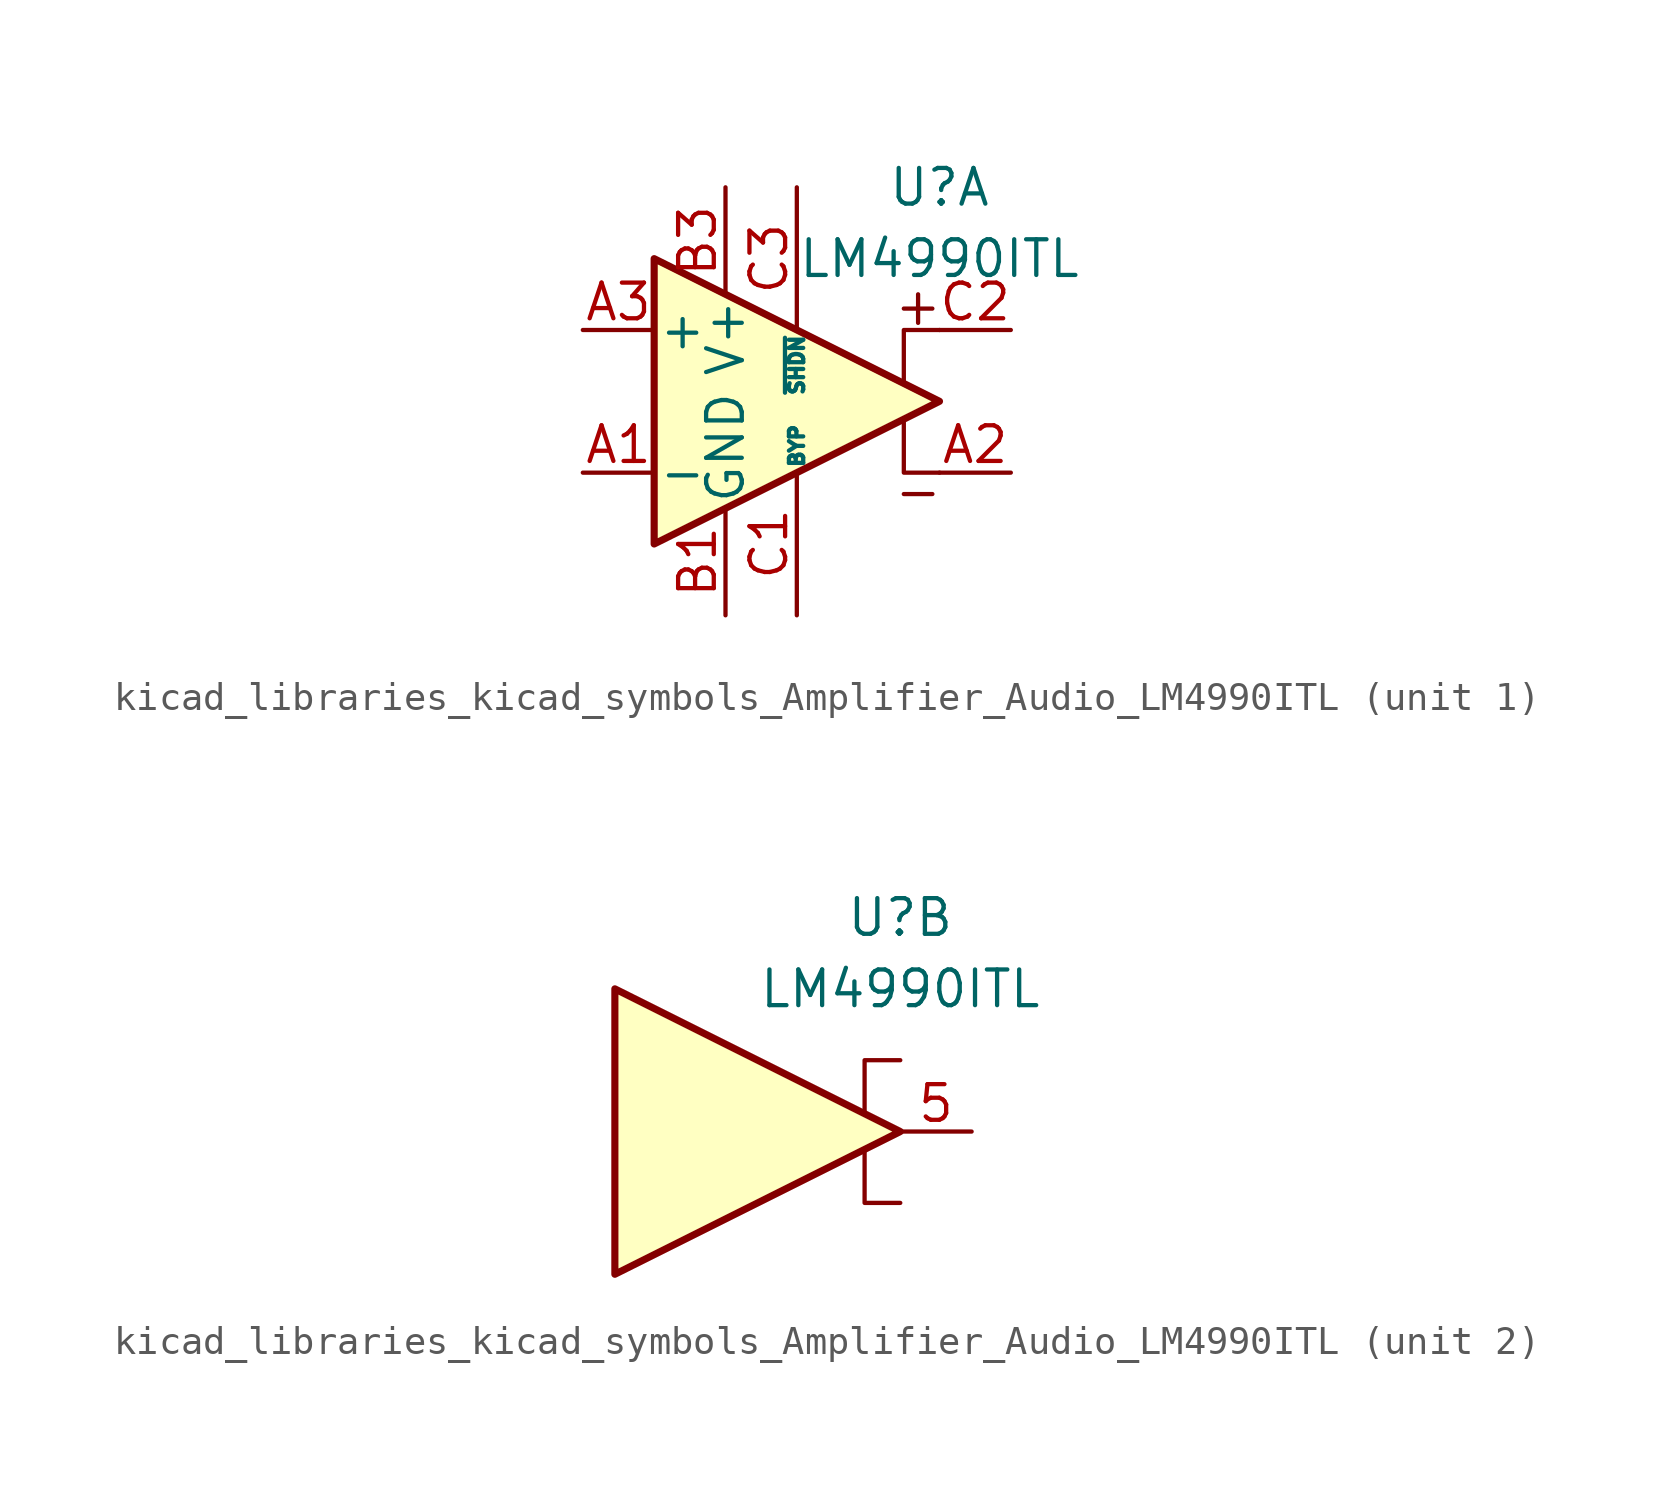
<source format=kicad_sym>
(kicad_symbol_lib
  (version 20220914)
  (generator kicad_symbol_editor)
  (symbol "kicad_libraries_kicad_symbols_Amplifier_Audio_LM4990ITL"
    (pin_names
      (offset 0.127))
    (property "Reference" "U"
      (at 5.08 7.62 0)
      (effects (font (size 1.27 1.27))))
    (property "Value" "LM4990ITL"
      (at 5.08 5.08 0)
      (effects (font (size 1.27 1.27))))
    (symbol "kicad_libraries_kicad_symbols_Amplifier_Audio_LM4990ITL_0_1"
      (polyline (pts (xy 3.81 -0.635) (xy 3.81 -2.54) (xy 5.08 -2.54)) (stroke (width 0) (type default)) (fill (type none)))
      (polyline (pts (xy 5.08 2.54) (xy 3.81 2.54) (xy 3.81 0.635)) (stroke (width 0) (type default)) (fill (type none)))
      (polyline (pts (xy -5.08 5.08) (xy 5.08 0) (xy -5.08 -5.08) (xy -5.08 5.08)) (stroke (width 0.254) (type default)) (fill (type background))))
    (symbol "kicad_libraries_kicad_symbols_Amplifier_Audio_LM4990ITL_1_1"
      (polyline (pts (xy 3.81 -3.302) (xy 4.826 -3.302)) (stroke (width 0) (type default)) (fill (type none)))
      (polyline (pts (xy 4.318 3.81) (xy 4.318 2.794)) (stroke (width 0) (type default)) (fill (type none)))
      (polyline (pts (xy 4.826 3.302) (xy 3.81 3.302)) (stroke (width 0) (type default)) (fill (type none)))
      (pin input line (at -7.62 -2.54 0) (length 2.54) (name "-" (effects (font (size 1.27 1.27)))) (number "A1" (effects (font (size 1.27 1.27)))))
      (pin output line (at 7.62 -2.54 180) (length 2.54) (name "~" (effects (font (size 1.27 1.27)))) (number "A2" (effects (font (size 1.27 1.27)))))
      (pin input line (at -7.62 2.54 0) (length 2.54) (name "+" (effects (font (size 1.27 1.27)))) (number "A3" (effects (font (size 1.27 1.27)))))
      (pin power_in line (at -2.54 -7.62 90) (length 3.81) (name "GND" (effects (font (size 1.27 1.27)))) (number "B1" (effects (font (size 1.27 1.27)))))
      (pin passive line (at -2.54 -7.62 90) (length 3.81) hide (name "GND" (effects (font (size 1.27 1.27)))) (number "B2" (effects (font (size 1.27 1.27)))))
      (pin power_in line (at -2.54 7.62 270) (length 3.81) (name "V+" (effects (font (size 1.27 1.27)))) (number "B3" (effects (font (size 1.27 1.27)))))
      (pin input line (at 0 -7.62 90) (length 5.08) (name "BYP" (effects (font (size 0.508 0.508)))) (number "C1" (effects (font (size 1.27 1.27)))))
      (pin output line (at 7.62 2.54 180) (length 2.54) (name "~" (effects (font (size 1.27 1.27)))) (number "C2" (effects (font (size 1.27 1.27)))))
      (pin output line (at 0 7.62 270) (length 5.08) (name "~{SHDN}" (effects (font (size 0.508 0.508)))) (number "C3" (effects (font (size 1.27 1.27))))))
    (symbol "kicad_libraries_kicad_symbols_Amplifier_Audio_LM4990ITL_2_1"
      (pin output line (at 7.62 0 180) (length 2.54) (name "~" (effects (font (size 1.27 1.27)))) (number "5" (effects (font (size 1.27 1.27))))))))
</source>
